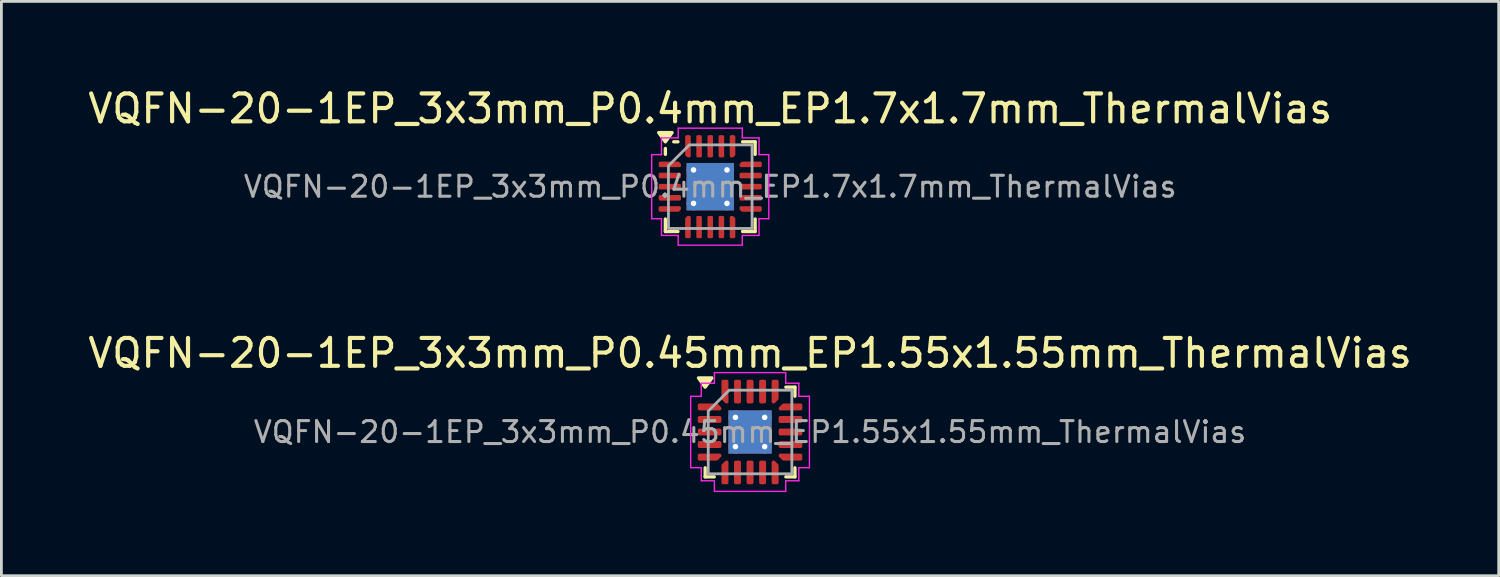
<source format=kicad_pcb>
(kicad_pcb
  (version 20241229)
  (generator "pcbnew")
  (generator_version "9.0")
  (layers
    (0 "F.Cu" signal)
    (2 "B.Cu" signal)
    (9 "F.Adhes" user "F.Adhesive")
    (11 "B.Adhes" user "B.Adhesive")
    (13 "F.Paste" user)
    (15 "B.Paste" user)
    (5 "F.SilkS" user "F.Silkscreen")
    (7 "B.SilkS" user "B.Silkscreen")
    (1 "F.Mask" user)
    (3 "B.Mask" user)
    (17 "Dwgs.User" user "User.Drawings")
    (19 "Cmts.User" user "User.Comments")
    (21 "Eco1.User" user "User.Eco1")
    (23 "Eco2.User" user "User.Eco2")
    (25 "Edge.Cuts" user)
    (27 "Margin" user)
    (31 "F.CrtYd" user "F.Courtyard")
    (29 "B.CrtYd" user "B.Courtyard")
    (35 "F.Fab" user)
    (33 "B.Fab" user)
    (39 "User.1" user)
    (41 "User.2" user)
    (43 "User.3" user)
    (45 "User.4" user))
  (footprint "VQFN-20-1EP_3x3mm_P0.45mm_EP1.55x1.55mm_ThermalVias"
    (layer "F.Cu")
    (at 23.863 12.451)
    (property "Reference" "VQFN-20-1EP_3x3mm_P0.45mm_EP1.55x1.55mm_ThermalVias" (at 0 -2.83 0) (layer "F.SilkS") (effects (font (size 1 1) (thickness 0.15))))
    (attr smd)
    (fp_line (start -1.61 1.61) (end -1.61 1.285) (stroke (width 0.12) (type solid)) (layer "F.SilkS"))
    (fp_line (start -1.285 1.61) (end -1.61 1.61) (stroke (width 0.12) (type solid)) (layer "F.SilkS"))
    (fp_line (start 1.285 -1.61) (end 1.61 -1.61) (stroke (width 0.12) (type solid)) (layer "F.SilkS"))
    (fp_line (start 1.285 1.61) (end 1.61 1.61) (stroke (width 0.12) (type solid)) (layer "F.SilkS"))
    (fp_line (start 1.61 -1.61) (end 1.61 -1.285) (stroke (width 0.12) (type solid)) (layer "F.SilkS"))
    (fp_line (start 1.61 1.61) (end 1.61 1.285) (stroke (width 0.12) (type solid)) (layer "F.SilkS"))
    (fp_poly (pts (xy -1.61 -1.61) (xy -1.85 -1.94) (xy -1.37 -1.94)) (stroke (width 0.12) (type solid)) (fill yes) (layer "F.SilkS"))
    (fp_line (start -2.13 -1.28) (end -1.75 -1.28) (stroke (width 0.05) (type solid)) (layer "F.CrtYd"))
    (fp_line (start -2.13 1.28) (end -2.13 -1.28) (stroke (width 0.05) (type solid)) (layer "F.CrtYd"))
    (fp_line (start -1.75 -1.75) (end -1.28 -1.75) (stroke (width 0.05) (type solid)) (layer "F.CrtYd"))
    (fp_line (start -1.75 -1.28) (end -1.75 -1.75) (stroke (width 0.05) (type solid)) (layer "F.CrtYd"))
    (fp_line (start -1.75 1.28) (end -2.13 1.28) (stroke (width 0.05) (type solid)) (layer "F.CrtYd"))
    (fp_line (start -1.75 1.75) (end -1.75 1.28) (stroke (width 0.05) (type solid)) (layer "F.CrtYd"))
    (fp_line (start -1.28 -2.13) (end 1.28 -2.13) (stroke (width 0.05) (type solid)) (layer "F.CrtYd"))
    (fp_line (start -1.28 -1.75) (end -1.28 -2.13) (stroke (width 0.05) (type solid)) (layer "F.CrtYd"))
    (fp_line (start -1.28 1.75) (end -1.75 1.75) (stroke (width 0.05) (type solid)) (layer "F.CrtYd"))
    (fp_line (start -1.28 2.13) (end -1.28 1.75) (stroke (width 0.05) (type solid)) (layer "F.CrtYd"))
    (fp_line (start 1.28 -2.13) (end 1.28 -1.75) (stroke (width 0.05) (type solid)) (layer "F.CrtYd"))
    (fp_line (start 1.28 -1.75) (end 1.75 -1.75) (stroke (width 0.05) (type solid)) (layer "F.CrtYd"))
    (fp_line (start 1.28 1.75) (end 1.28 2.13) (stroke (width 0.05) (type solid)) (layer "F.CrtYd"))
    (fp_line (start 1.28 2.13) (end -1.28 2.13) (stroke (width 0.05) (type solid)) (layer "F.CrtYd"))
    (fp_line (start 1.75 -1.75) (end 1.75 -1.28) (stroke (width 0.05) (type solid)) (layer "F.CrtYd"))
    (fp_line (start 1.75 -1.28) (end 2.13 -1.28) (stroke (width 0.05) (type solid)) (layer "F.CrtYd"))
    (fp_line (start 1.75 1.28) (end 1.75 1.75) (stroke (width 0.05) (type solid)) (layer "F.CrtYd"))
    (fp_line (start 1.75 1.75) (end 1.28 1.75) (stroke (width 0.05) (type solid)) (layer "F.CrtYd"))
    (fp_line (start 2.13 -1.28) (end 2.13 1.28) (stroke (width 0.05) (type solid)) (layer "F.CrtYd"))
    (fp_line (start 2.13 1.28) (end 1.75 1.28) (stroke (width 0.05) (type solid)) (layer "F.CrtYd"))
    (fp_poly (pts (xy -1.5 -0.75) (xy -1.5 1.5) (xy 1.5 1.5) (xy 1.5 -1.5) (xy -0.75 -1.5)) (stroke (width 0.1) (type solid)) (fill no) (layer "F.Fab"))
    (fp_text user "${REFERENCE}" (at 0 0 0) (layer "F.Fab") (effects (font (size 0.75 0.75) (thickness 0.11))))
    (pad "" smd roundrect (at -0.39 -0.39) (size 0.67 0.67) (layers "F.Paste") (roundrect_rratio 0.25))
    (pad "" smd roundrect (at -0.39 0.39) (size 0.67 0.67) (layers "F.Paste") (roundrect_rratio 0.25))
    (pad "" smd roundrect (at 0.39 -0.39) (size 0.67 0.67) (layers "F.Paste") (roundrect_rratio 0.25))
    (pad "" smd roundrect (at 0.39 0.39) (size 0.67 0.67) (layers "F.Paste") (roundrect_rratio 0.25))
    (pad "1" smd custom (at -1.45 -0.9) (size 0.144 0.144) (layers "F.Cu" "F.Mask" "F.Paste") (options (anchor circle)) (primitives (gr_poly (pts (xy -0.375 -0.075) (xy 0.254 -0.075) (xy 0.375 0.046) (xy 0.375 0.075) (xy -0.375 0.075)) (width 0.1) (fill yes))))
    (pad "2" smd roundrect (at -1.45 -0.45) (size 0.85 0.25) (layers "F.Cu" "F.Mask" "F.Paste") (roundrect_rratio 0.25))
    (pad "3" smd roundrect (at -1.45 0) (size 0.85 0.25) (layers "F.Cu" "F.Mask" "F.Paste") (roundrect_rratio 0.25))
    (pad "4" smd roundrect (at -1.45 0.45) (size 0.85 0.25) (layers "F.Cu" "F.Mask" "F.Paste") (roundrect_rratio 0.25))
    (pad "5" smd custom (at -1.45 0.9) (size 0.144 0.144) (layers "F.Cu" "F.Mask" "F.Paste") (options (anchor circle)) (primitives (gr_poly (pts (xy -0.375 -0.075) (xy 0.375 -0.075) (xy 0.375 -0.046) (xy 0.254 0.075) (xy -0.375 0.075)) (width 0.1) (fill yes))))
    (pad "6" smd custom (at -0.9 1.45) (size 0.144 0.144) (layers "F.Cu" "F.Mask" "F.Paste") (options (anchor circle)) (primitives (gr_poly (pts (xy -0.075 -0.254) (xy 0.046 -0.375) (xy 0.075 -0.375) (xy 0.075 0.375) (xy -0.075 0.375)) (width 0.1) (fill yes))))
    (pad "7" smd roundrect (at -0.45 1.45) (size 0.25 0.85) (layers "F.Cu" "F.Mask" "F.Paste") (roundrect_rratio 0.25))
    (pad "8" smd roundrect (at 0 1.45) (size 0.25 0.85) (layers "F.Cu" "F.Mask" "F.Paste") (roundrect_rratio 0.25))
    (pad "9" smd roundrect (at 0.45 1.45) (size 0.25 0.85) (layers "F.Cu" "F.Mask" "F.Paste") (roundrect_rratio 0.25))
    (pad "10" smd custom (at 0.9 1.45) (size 0.144 0.144) (layers "F.Cu" "F.Mask" "F.Paste") (options (anchor circle)) (primitives (gr_poly (pts (xy -0.075 -0.375) (xy -0.046 -0.375) (xy 0.075 -0.254) (xy 0.075 0.375) (xy -0.075 0.375)) (width 0.1) (fill yes))))
    (pad "11" smd custom (at 1.45 0.9) (size 0.144 0.144) (layers "F.Cu" "F.Mask" "F.Paste") (options (anchor circle)) (primitives (gr_poly (pts (xy -0.375 -0.075) (xy 0.375 -0.075) (xy 0.375 0.075) (xy -0.254 0.075) (xy -0.375 -0.046)) (width 0.1) (fill yes))))
    (pad "12" smd roundrect (at 1.45 0.45) (size 0.85 0.25) (layers "F.Cu" "F.Mask" "F.Paste") (roundrect_rratio 0.25))
    (pad "13" smd roundrect (at 1.45 0) (size 0.85 0.25) (layers "F.Cu" "F.Mask" "F.Paste") (roundrect_rratio 0.25))
    (pad "14" smd roundrect (at 1.45 -0.45) (size 0.85 0.25) (layers "F.Cu" "F.Mask" "F.Paste") (roundrect_rratio 0.25))
    (pad "15" smd custom (at 1.45 -0.9) (size 0.144 0.144) (layers "F.Cu" "F.Mask" "F.Paste") (options (anchor circle)) (primitives (gr_poly (pts (xy -0.375 0.046) (xy -0.254 -0.075) (xy 0.375 -0.075) (xy 0.375 0.075) (xy -0.375 0.075)) (width 0.1) (fill yes))))
    (pad "16" smd custom (at 0.9 -1.45) (size 0.144 0.144) (layers "F.Cu" "F.Mask" "F.Paste") (options (anchor circle)) (primitives (gr_poly (pts (xy -0.075 -0.375) (xy 0.075 -0.375) (xy 0.075 0.254) (xy -0.046 0.375) (xy -0.075 0.375)) (width 0.1) (fill yes))))
    (pad "17" smd roundrect (at 0.45 -1.45) (size 0.25 0.85) (layers "F.Cu" "F.Mask" "F.Paste") (roundrect_rratio 0.25))
    (pad "18" smd roundrect (at 0 -1.45) (size 0.25 0.85) (layers "F.Cu" "F.Mask" "F.Paste") (roundrect_rratio 0.25))
    (pad "19" smd roundrect (at -0.45 -1.45) (size 0.25 0.85) (layers "F.Cu" "F.Mask" "F.Paste") (roundrect_rratio 0.25))
    (pad "20" smd custom (at -0.9 -1.45) (size 0.144 0.144) (layers "F.Cu" "F.Mask" "F.Paste") (options (anchor circle)) (primitives (gr_poly (pts (xy -0.075 -0.375) (xy 0.075 -0.375) (xy 0.075 0.375) (xy 0.046 0.375) (xy -0.075 0.254)) (width 0.1) (fill yes))))
    (pad "21" thru_hole circle (at -0.525 -0.525) (size 0.5 0.5) (drill 0.2) (property pad_prop_heatsink) (layers "*.Cu"))
    (pad "21" thru_hole circle (at -0.525 0.525) (size 0.5 0.5) (drill 0.2) (property pad_prop_heatsink) (layers "*.Cu"))
    (pad "21" smd rect (at 0 0) (size 1.55 1.55) (property pad_prop_heatsink) (layers "F.Cu" "F.Mask"))
    (pad "21" smd rect (at 0 0) (size 1.55 1.55) (property pad_prop_heatsink) (layers "B.Cu"))
    (pad "21" thru_hole circle (at 0.525 -0.525) (size 0.5 0.5) (drill 0.2) (property pad_prop_heatsink) (layers "*.Cu"))
    (pad "21" thru_hole circle (at 0.525 0.525) (size 0.5 0.5) (drill 0.2) (property pad_prop_heatsink) (layers "*.Cu")))
  (footprint "VQFN-20-1EP_3x3mm_P0.4mm_EP1.7x1.7mm_ThermalVias"
    (layer "F.Cu")
    (at 22.435 3.648)
    (property "Reference" "VQFN-20-1EP_3x3mm_P0.4mm_EP1.7x1.7mm_ThermalVias" (at 0 -2.8 0) (layer "F.SilkS") (effects (font (size 1 1) (thickness 0.15))))
    (attr smd)
    (fp_line (start -1.61 -1.16) (end -1.61 -1.37) (stroke (width 0.12) (type solid)) (layer "F.SilkS"))
    (fp_line (start -1.61 1.61) (end -1.61 1.16) (stroke (width 0.12) (type solid)) (layer "F.SilkS"))
    (fp_line (start -1.16 -1.61) (end -1.31 -1.61) (stroke (width 0.12) (type solid)) (layer "F.SilkS"))
    (fp_line (start -1.16 1.61) (end -1.61 1.61) (stroke (width 0.12) (type solid)) (layer "F.SilkS"))
    (fp_line (start 1.16 -1.61) (end 1.61 -1.61) (stroke (width 0.12) (type solid)) (layer "F.SilkS"))
    (fp_line (start 1.16 1.61) (end 1.61 1.61) (stroke (width 0.12) (type solid)) (layer "F.SilkS"))
    (fp_line (start 1.61 -1.61) (end 1.61 -1.16) (stroke (width 0.12) (type solid)) (layer "F.SilkS"))
    (fp_line (start 1.61 1.61) (end 1.61 1.16) (stroke (width 0.12) (type solid)) (layer "F.SilkS"))
    (fp_poly (pts (xy -1.61 -1.61) (xy -1.85 -1.94) (xy -1.37 -1.94)) (stroke (width 0.12) (type solid)) (fill yes) (layer "F.SilkS"))
    (fp_line (start -2.1 -1.15) (end -1.75 -1.15) (stroke (width 0.05) (type solid)) (layer "F.CrtYd"))
    (fp_line (start -2.1 1.15) (end -2.1 -1.15) (stroke (width 0.05) (type solid)) (layer "F.CrtYd"))
    (fp_line (start -1.75 -1.75) (end -1.15 -1.75) (stroke (width 0.05) (type solid)) (layer "F.CrtYd"))
    (fp_line (start -1.75 -1.15) (end -1.75 -1.75) (stroke (width 0.05) (type solid)) (layer "F.CrtYd"))
    (fp_line (start -1.75 1.15) (end -2.1 1.15) (stroke (width 0.05) (type solid)) (layer "F.CrtYd"))
    (fp_line (start -1.75 1.75) (end -1.75 1.15) (stroke (width 0.05) (type solid)) (layer "F.CrtYd"))
    (fp_line (start -1.15 -2.1) (end 1.15 -2.1) (stroke (width 0.05) (type solid)) (layer "F.CrtYd"))
    (fp_line (start -1.15 -1.75) (end -1.15 -2.1) (stroke (width 0.05) (type solid)) (layer "F.CrtYd"))
    (fp_line (start -1.15 1.75) (end -1.75 1.75) (stroke (width 0.05) (type solid)) (layer "F.CrtYd"))
    (fp_line (start -1.15 2.1) (end -1.15 1.75) (stroke (width 0.05) (type solid)) (layer "F.CrtYd"))
    (fp_line (start 1.15 -2.1) (end 1.15 -1.75) (stroke (width 0.05) (type solid)) (layer "F.CrtYd"))
    (fp_line (start 1.15 -1.75) (end 1.75 -1.75) (stroke (width 0.05) (type solid)) (layer "F.CrtYd"))
    (fp_line (start 1.15 1.75) (end 1.15 2.1) (stroke (width 0.05) (type solid)) (layer "F.CrtYd"))
    (fp_line (start 1.15 2.1) (end -1.15 2.1) (stroke (width 0.05) (type solid)) (layer "F.CrtYd"))
    (fp_line (start 1.75 -1.75) (end 1.75 -1.15) (stroke (width 0.05) (type solid)) (layer "F.CrtYd"))
    (fp_line (start 1.75 -1.15) (end 2.1 -1.15) (stroke (width 0.05) (type solid)) (layer "F.CrtYd"))
    (fp_line (start 1.75 1.15) (end 1.75 1.75) (stroke (width 0.05) (type solid)) (layer "F.CrtYd"))
    (fp_line (start 1.75 1.75) (end 1.15 1.75) (stroke (width 0.05) (type solid)) (layer "F.CrtYd"))
    (fp_line (start 2.1 -1.15) (end 2.1 1.15) (stroke (width 0.05) (type solid)) (layer "F.CrtYd"))
    (fp_line (start 2.1 1.15) (end 1.75 1.15) (stroke (width 0.05) (type solid)) (layer "F.CrtYd"))
    (fp_poly (pts (xy -1.5 -0.75) (xy -1.5 1.5) (xy 1.5 1.5) (xy 1.5 -1.5) (xy -0.75 -1.5)) (stroke (width 0.1) (type solid)) (fill no) (layer "F.Fab"))
    (fp_text user "${REFERENCE}" (at 0 0 0) (layer "F.Fab") (effects (font (size 0.75 0.75) (thickness 0.11))))
    (pad "" smd roundrect (at -0.425 -0.425) (size 0.74 0.74) (layers "F.Paste") (roundrect_rratio 0.25))
    (pad "" smd roundrect (at -0.425 0.425) (size 0.74 0.74) (layers "F.Paste") (roundrect_rratio 0.25))
    (pad "" smd roundrect (at 0.425 -0.425) (size 0.74 0.74) (layers "F.Paste") (roundrect_rratio 0.25))
    (pad "" smd roundrect (at 0.425 0.425) (size 0.74 0.74) (layers "F.Paste") (roundrect_rratio 0.25))
    (pad "1" smd custom (at -1.45 -0.8) (size 0.143 0.143) (layers "F.Cu" "F.Mask" "F.Paste") (options (anchor circle)) (primitives (gr_poly (pts (xy -0.35 -0.05) (xy 0.299 -0.05) (xy 0.35 0.001) (xy 0.35 0.05) (xy -0.35 0.05)) (width 0.1) (fill yes))))
    (pad "2" smd roundrect (at -1.45 -0.4) (size 0.8 0.2) (layers "F.Cu" "F.Mask" "F.Paste") (roundrect_rratio 0.25))
    (pad "3" smd roundrect (at -1.45 0) (size 0.8 0.2) (layers "F.Cu" "F.Mask" "F.Paste") (roundrect_rratio 0.25))
    (pad "4" smd roundrect (at -1.45 0.4) (size 0.8 0.2) (layers "F.Cu" "F.Mask" "F.Paste") (roundrect_rratio 0.25))
    (pad "5" smd custom (at -1.45 0.8) (size 0.143 0.143) (layers "F.Cu" "F.Mask" "F.Paste") (options (anchor circle)) (primitives (gr_poly (pts (xy -0.35 -0.05) (xy 0.35 -0.05) (xy 0.35 -0.001) (xy 0.299 0.05) (xy -0.35 0.05)) (width 0.1) (fill yes))))
    (pad "6" smd custom (at -0.8 1.45) (size 0.143 0.143) (layers "F.Cu" "F.Mask" "F.Paste") (options (anchor circle)) (primitives (gr_poly (pts (xy -0.05 -0.299) (xy 0.001 -0.35) (xy 0.05 -0.35) (xy 0.05 0.35) (xy -0.05 0.35)) (width 0.1) (fill yes))))
    (pad "7" smd roundrect (at -0.4 1.45) (size 0.2 0.8) (layers "F.Cu" "F.Mask" "F.Paste") (roundrect_rratio 0.25))
    (pad "8" smd roundrect (at 0 1.45) (size 0.2 0.8) (layers "F.Cu" "F.Mask" "F.Paste") (roundrect_rratio 0.25))
    (pad "9" smd roundrect (at 0.4 1.45) (size 0.2 0.8) (layers "F.Cu" "F.Mask" "F.Paste") (roundrect_rratio 0.25))
    (pad "10" smd custom (at 0.8 1.45) (size 0.143 0.143) (layers "F.Cu" "F.Mask" "F.Paste") (options (anchor circle)) (primitives (gr_poly (pts (xy -0.05 -0.35) (xy -0.001 -0.35) (xy 0.05 -0.299) (xy 0.05 0.35) (xy -0.05 0.35)) (width 0.1) (fill yes))))
    (pad "11" smd custom (at 1.45 0.8) (size 0.143 0.143) (layers "F.Cu" "F.Mask" "F.Paste") (options (anchor circle)) (primitives (gr_poly (pts (xy -0.35 -0.05) (xy 0.35 -0.05) (xy 0.35 0.05) (xy -0.299 0.05) (xy -0.35 -0.001)) (width 0.1) (fill yes))))
    (pad "12" smd roundrect (at 1.45 0.4) (size 0.8 0.2) (layers "F.Cu" "F.Mask" "F.Paste") (roundrect_rratio 0.25))
    (pad "13" smd roundrect (at 1.45 0) (size 0.8 0.2) (layers "F.Cu" "F.Mask" "F.Paste") (roundrect_rratio 0.25))
    (pad "14" smd roundrect (at 1.45 -0.4) (size 0.8 0.2) (layers "F.Cu" "F.Mask" "F.Paste") (roundrect_rratio 0.25))
    (pad "15" smd custom (at 1.45 -0.8) (size 0.143 0.143) (layers "F.Cu" "F.Mask" "F.Paste") (options (anchor circle)) (primitives (gr_poly (pts (xy -0.35 0.001) (xy -0.299 -0.05) (xy 0.35 -0.05) (xy 0.35 0.05) (xy -0.35 0.05)) (width 0.1) (fill yes))))
    (pad "16" smd custom (at 0.8 -1.45) (size 0.143 0.143) (layers "F.Cu" "F.Mask" "F.Paste") (options (anchor circle)) (primitives (gr_poly (pts (xy -0.05 -0.35) (xy 0.05 -0.35) (xy 0.05 0.299) (xy -0.001 0.35) (xy -0.05 0.35)) (width 0.1) (fill yes))))
    (pad "17" smd roundrect (at 0.4 -1.45) (size 0.2 0.8) (layers "F.Cu" "F.Mask" "F.Paste") (roundrect_rratio 0.25))
    (pad "18" smd roundrect (at 0 -1.45) (size 0.2 0.8) (layers "F.Cu" "F.Mask" "F.Paste") (roundrect_rratio 0.25))
    (pad "19" smd roundrect (at -0.4 -1.45) (size 0.2 0.8) (layers "F.Cu" "F.Mask" "F.Paste") (roundrect_rratio 0.25))
    (pad "20" smd custom (at -0.8 -1.45) (size 0.143 0.143) (layers "F.Cu" "F.Mask" "F.Paste") (options (anchor circle)) (primitives (gr_poly (pts (xy -0.05 -0.35) (xy 0.05 -0.35) (xy 0.05 0.35) (xy 0.001 0.35) (xy -0.05 0.299)) (width 0.1) (fill yes))))
    (pad "21" thru_hole circle (at -0.6 -0.6) (size 0.5 0.5) (drill 0.2) (property pad_prop_heatsink) (layers "*.Cu"))
    (pad "21" thru_hole circle (at -0.6 0.6) (size 0.5 0.5) (drill 0.2) (property pad_prop_heatsink) (layers "*.Cu"))
    (pad "21" smd rect (at 0 0) (size 1.7 1.7) (property pad_prop_heatsink) (layers "F.Cu" "F.Mask"))
    (pad "21" smd rect (at 0 0) (size 1.7 1.7) (property pad_prop_heatsink) (layers "B.Cu"))
    (pad "21" thru_hole circle (at 0.6 -0.6) (size 0.5 0.5) (drill 0.2) (property pad_prop_heatsink) (layers "*.Cu"))
    (pad "21" thru_hole circle (at 0.6 0.6) (size 0.5 0.5) (drill 0.2) (property pad_prop_heatsink) (layers "*.Cu")))
  (gr_rect
    (start -3 -3)
    (end 50.726 17.607)
    (stroke (width 0.1) (type default))
    (fill no)
    (layer "Edge.Cuts")))
</source>
